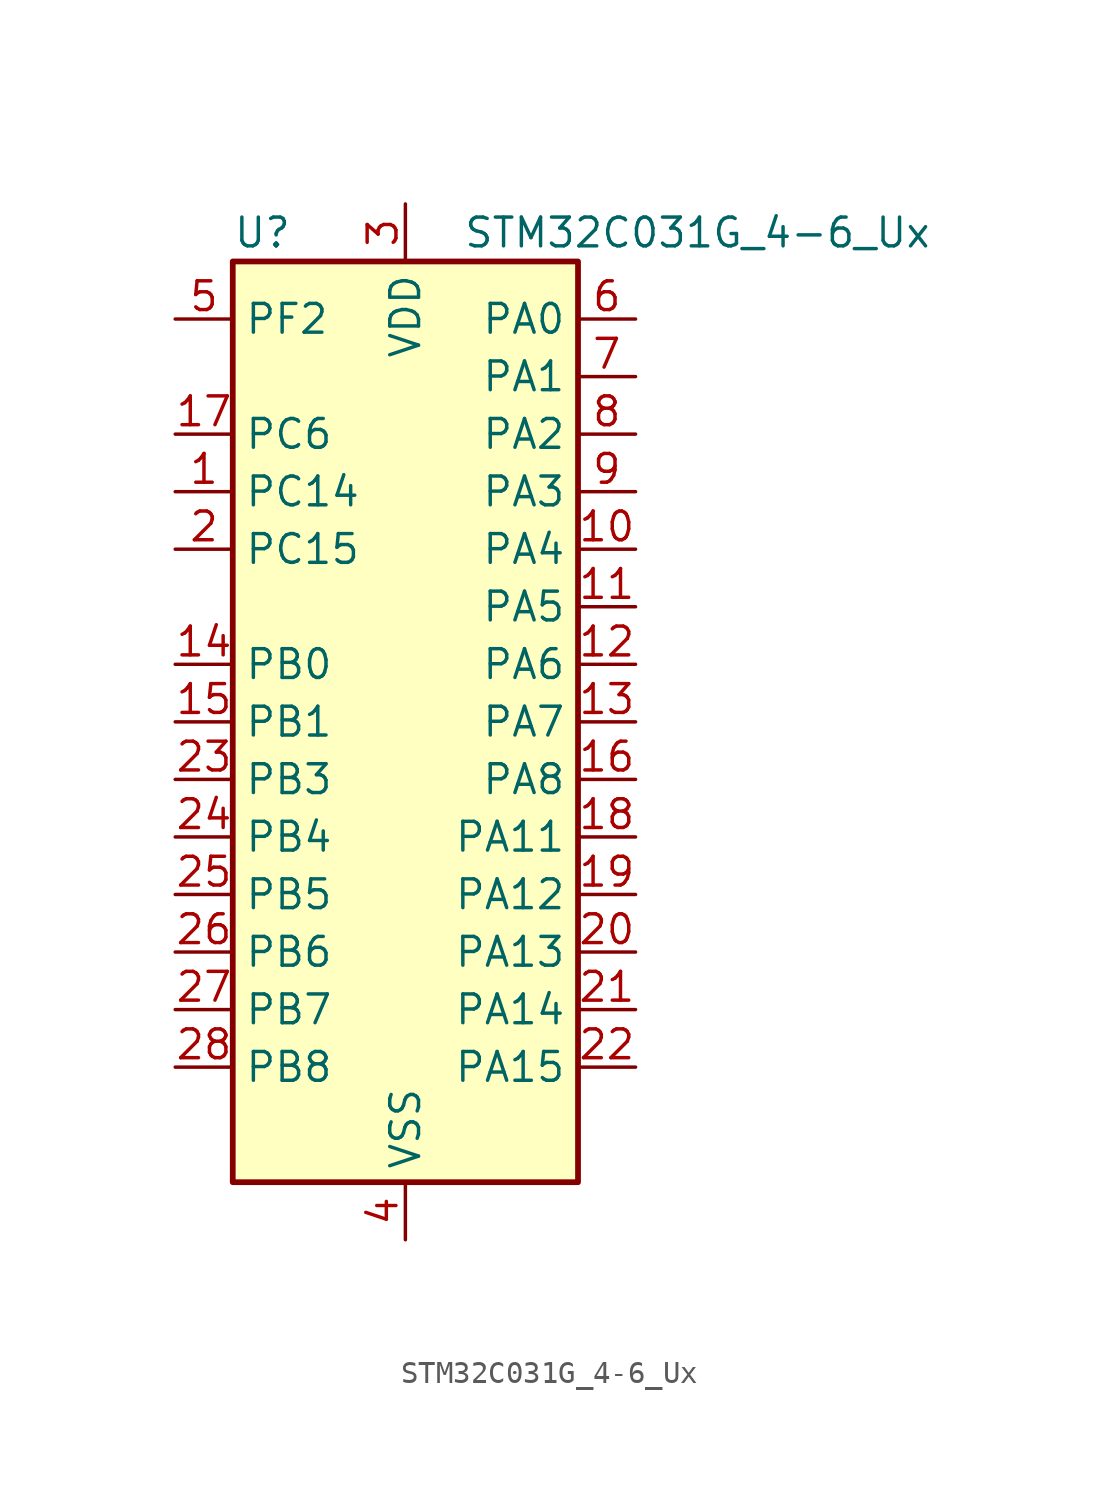
<source format=kicad_sym>
(kicad_symbol_lib
  (version 20231120)
  (generator "kicad_symbol_editor")
  (generator_version "8.0")
  (symbol "STM32C031G_4-6_Ux"
    (property "Reference" "U"
      (at -7.62 21.59 0)
      (effects (font (size 1.27 1.27)) (justify left)))
    (property "Value" "STM32C031G_4-6_Ux"
      (at 2.54 21.59 0)
      (effects (font (size 1.27 1.27)) (justify left)))
    (property "ki_locked" ""
      (at 0 0 0)
      (effects (font (size 1.27 1.27))))
    (symbol "STM32C031G_4-6_Ux_0_1"
      (rectangle (start -7.62 -20.32) (end 7.62 20.32) (stroke (width 0.254) (type default)) (fill (type background))))
    (symbol "STM32C031G_4-6_Ux_1_1"
      (pin bidirectional line (at -10.16 10.16 0) (length 2.54) (name "PC14" (effects (font (size 1.27 1.27)))) (number "1" (effects (font (size 1.27 1.27)))) (alternate "I2C1_SDA" bidirectional line) (alternate "IR_OUT" bidirectional line) (alternate "RCC_OSCX_IN" bidirectional line) (alternate "TIM17_CH1" bidirectional line) (alternate "TIM1_BKIN2" bidirectional line) (alternate "TIM1_ETR" bidirectional line) (alternate "TIM3_CH2" bidirectional line) (alternate "USART1_TX" bidirectional line) (alternate "USART2_CK" bidirectional line) (alternate "USART2_DE" bidirectional line) (alternate "USART2_RTS" bidirectional line))
      (pin bidirectional line (at 10.16 7.62 180) (length 2.54) (name "PA4" (effects (font (size 1.27 1.27)))) (number "10" (effects (font (size 1.27 1.27)))) (alternate "ADC1_IN4" bidirectional line) (alternate "I2S1_WS" bidirectional line) (alternate "PWR_WKUP2" bidirectional line) (alternate "RTC_OUT1" bidirectional line) (alternate "RTC_TS" bidirectional line) (alternate "SPI1_NSS" bidirectional line) (alternate "TIM14_CH1" bidirectional line) (alternate "TIM17_CH1N" bidirectional line) (alternate "TIM1_CH2N" bidirectional line) (alternate "USART2_TX" bidirectional line))
      (pin bidirectional line (at 10.16 5.08 180) (length 2.54) (name "PA5" (effects (font (size 1.27 1.27)))) (number "11" (effects (font (size 1.27 1.27)))) (alternate "ADC1_IN5" bidirectional line) (alternate "I2S1_CK" bidirectional line) (alternate "SPI1_SCK" bidirectional line) (alternate "TIM1_CH1" bidirectional line) (alternate "TIM1_CH3N" bidirectional line) (alternate "USART2_RX" bidirectional line))
      (pin bidirectional line (at 10.16 2.54 180) (length 2.54) (name "PA6" (effects (font (size 1.27 1.27)))) (number "12" (effects (font (size 1.27 1.27)))) (alternate "ADC1_IN6" bidirectional line) (alternate "I2S1_MCK" bidirectional line) (alternate "SPI1_MISO" bidirectional line) (alternate "TIM16_CH1" bidirectional line) (alternate "TIM1_BKIN" bidirectional line) (alternate "TIM3_CH1" bidirectional line))
      (pin bidirectional line (at 10.16 0 180) (length 2.54) (name "PA7" (effects (font (size 1.27 1.27)))) (number "13" (effects (font (size 1.27 1.27)))) (alternate "ADC1_IN7" bidirectional line) (alternate "I2S1_SD" bidirectional line) (alternate "SPI1_MOSI" bidirectional line) (alternate "TIM14_CH1" bidirectional line) (alternate "TIM17_CH1" bidirectional line) (alternate "TIM1_CH1N" bidirectional line) (alternate "TIM3_CH2" bidirectional line))
      (pin bidirectional line (at -10.16 2.54 0) (length 2.54) (name "PB0" (effects (font (size 1.27 1.27)))) (number "14" (effects (font (size 1.27 1.27)))) (alternate "ADC1_IN17" bidirectional line) (alternate "I2S1_WS" bidirectional line) (alternate "SPI1_NSS" bidirectional line) (alternate "TIM1_CH2N" bidirectional line) (alternate "TIM3_CH3" bidirectional line))
      (pin bidirectional line (at -10.16 0 0) (length 2.54) (name "PB1" (effects (font (size 1.27 1.27)))) (number "15" (effects (font (size 1.27 1.27)))) (alternate "ADC1_IN18" bidirectional line) (alternate "TIM14_CH1" bidirectional line) (alternate "TIM1_CH2N" bidirectional line) (alternate "TIM1_CH3N" bidirectional line) (alternate "TIM3_CH4" bidirectional line))
      (pin bidirectional line (at 10.16 -2.54 180) (length 2.54) (name "PA8" (effects (font (size 1.27 1.27)))) (number "16" (effects (font (size 1.27 1.27)))) (alternate "ADC1_IN8" bidirectional line) (alternate "I2S1_WS" bidirectional line) (alternate "RCC_MCO" bidirectional line) (alternate "RCC_MCO_2" bidirectional line) (alternate "SPI1_NSS" bidirectional line) (alternate "TIM14_CH1" bidirectional line) (alternate "TIM1_CH1" bidirectional line) (alternate "TIM1_CH2N" bidirectional line) (alternate "TIM1_CH3N" bidirectional line) (alternate "TIM3_CH3" bidirectional line) (alternate "TIM3_CH4" bidirectional line) (alternate "USART1_RX" bidirectional line) (alternate "USART2_TX" bidirectional line))
      (pin bidirectional line (at -10.16 12.7 0) (length 2.54) (name "PC6" (effects (font (size 1.27 1.27)))) (number "17" (effects (font (size 1.27 1.27)))) (alternate "TIM3_CH1" bidirectional line))
      (pin bidirectional line (at 10.16 -5.08 180) (length 2.54) (name "PA11" (effects (font (size 1.27 1.27)))) (number "18" (effects (font (size 1.27 1.27)))) (alternate "ADC1_EXTI11" bidirectional line) (alternate "ADC1_IN11" bidirectional line) (alternate "I2S1_MCK" bidirectional line) (alternate "SPI1_MISO" bidirectional line) (alternate "TIM1_BKIN2" bidirectional line) (alternate "TIM1_CH4" bidirectional line) (alternate "USART1_CTS" bidirectional line) (alternate "USART1_NSS" bidirectional line))
      (pin bidirectional line (at 10.16 -7.62 180) (length 2.54) (name "PA12" (effects (font (size 1.27 1.27)))) (number "19" (effects (font (size 1.27 1.27)))) (alternate "ADC1_IN12" bidirectional line) (alternate "I2S1_SD" bidirectional line) (alternate "I2S_CKIN" bidirectional line) (alternate "SPI1_MOSI" bidirectional line) (alternate "TIM1_ETR" bidirectional line) (alternate "USART1_CK" bidirectional line) (alternate "USART1_DE" bidirectional line) (alternate "USART1_RTS" bidirectional line))
      (pin bidirectional line (at -10.16 7.62 0) (length 2.54) (name "PC15" (effects (font (size 1.27 1.27)))) (number "2" (effects (font (size 1.27 1.27)))) (alternate "RCC_OSC32_EN" bidirectional line) (alternate "RCC_OSCX_OUT" bidirectional line) (alternate "RCC_OSC_EN" bidirectional line) (alternate "TIM1_ETR" bidirectional line) (alternate "TIM3_CH3" bidirectional line))
      (pin bidirectional line (at 10.16 -10.16 180) (length 2.54) (name "PA13" (effects (font (size 1.27 1.27)))) (number "20" (effects (font (size 1.27 1.27)))) (alternate "ADC1_IN13" bidirectional line) (alternate "DEBUG_SWDIO" bidirectional line) (alternate "IR_OUT" bidirectional line) (alternate "TIM3_ETR" bidirectional line) (alternate "USART2_RX" bidirectional line))
      (pin bidirectional line (at 10.16 -12.7 180) (length 2.54) (name "PA14" (effects (font (size 1.27 1.27)))) (number "21" (effects (font (size 1.27 1.27)))) (alternate "ADC1_IN14" bidirectional line) (alternate "DEBUG_SWCLK" bidirectional line) (alternate "I2S1_WS" bidirectional line) (alternate "RCC_MCO_2" bidirectional line) (alternate "SPI1_NSS" bidirectional line) (alternate "TIM1_CH1" bidirectional line) (alternate "USART1_CK" bidirectional line) (alternate "USART1_DE" bidirectional line) (alternate "USART1_RTS" bidirectional line) (alternate "USART2_RX" bidirectional line) (alternate "USART2_TX" bidirectional line))
      (pin bidirectional line (at 10.16 -15.24 180) (length 2.54) (name "PA15" (effects (font (size 1.27 1.27)))) (number "22" (effects (font (size 1.27 1.27)))) (alternate "I2S1_WS" bidirectional line) (alternate "RCC_MCO_2" bidirectional line) (alternate "SPI1_NSS" bidirectional line) (alternate "TIM1_CH1" bidirectional line) (alternate "USART1_CK" bidirectional line) (alternate "USART1_DE" bidirectional line) (alternate "USART1_RTS" bidirectional line) (alternate "USART2_RX" bidirectional line))
      (pin bidirectional line (at -10.16 -2.54 0) (length 2.54) (name "PB3" (effects (font (size 1.27 1.27)))) (number "23" (effects (font (size 1.27 1.27)))) (alternate "I2S1_CK" bidirectional line) (alternate "SPI1_SCK" bidirectional line) (alternate "TIM1_CH2" bidirectional line) (alternate "TIM3_CH2" bidirectional line) (alternate "USART1_CK" bidirectional line) (alternate "USART1_DE" bidirectional line) (alternate "USART1_RTS" bidirectional line))
      (pin bidirectional line (at -10.16 -5.08 0) (length 2.54) (name "PB4" (effects (font (size 1.27 1.27)))) (number "24" (effects (font (size 1.27 1.27)))) (alternate "I2S1_MCK" bidirectional line) (alternate "SPI1_MISO" bidirectional line) (alternate "TIM17_BKIN" bidirectional line) (alternate "TIM3_CH1" bidirectional line) (alternate "USART1_CTS" bidirectional line) (alternate "USART1_NSS" bidirectional line))
      (pin bidirectional line (at -10.16 -7.62 0) (length 2.54) (name "PB5" (effects (font (size 1.27 1.27)))) (number "25" (effects (font (size 1.27 1.27)))) (alternate "I2C1_SMBA" bidirectional line) (alternate "I2S1_SD" bidirectional line) (alternate "PWR_WKUP6" bidirectional line) (alternate "SPI1_MOSI" bidirectional line) (alternate "TIM16_BKIN" bidirectional line) (alternate "TIM3_CH2" bidirectional line) (alternate "TIM3_CH3" bidirectional line))
      (pin bidirectional line (at -10.16 -10.16 0) (length 2.54) (name "PB6" (effects (font (size 1.27 1.27)))) (number "26" (effects (font (size 1.27 1.27)))) (alternate "I2C1_SCL" bidirectional line) (alternate "I2C1_SMBA" bidirectional line) (alternate "I2S1_CK" bidirectional line) (alternate "I2S1_MCK" bidirectional line) (alternate "I2S1_SD" bidirectional line) (alternate "PWR_WKUP3" bidirectional line) (alternate "SPI1_MISO" bidirectional line) (alternate "SPI1_MOSI" bidirectional line) (alternate "SPI1_SCK" bidirectional line) (alternate "TIM16_BKIN" bidirectional line) (alternate "TIM16_CH1N" bidirectional line) (alternate "TIM17_BKIN" bidirectional line) (alternate "TIM1_CH2" bidirectional line) (alternate "TIM1_CH3" bidirectional line) (alternate "TIM3_CH1" bidirectional line) (alternate "TIM3_CH2" bidirectional line) (alternate "TIM3_CH3" bidirectional line) (alternate "USART1_CK" bidirectional line) (alternate "USART1_CTS" bidirectional line) (alternate "USART1_DE" bidirectional line) (alternate "USART1_NSS" bidirectional line) (alternate "USART1_RTS" bidirectional line) (alternate "USART1_TX" bidirectional line))
      (pin bidirectional line (at -10.16 -12.7 0) (length 2.54) (name "PB7" (effects (font (size 1.27 1.27)))) (number "27" (effects (font (size 1.27 1.27)))) (alternate "I2C1_SCL" bidirectional line) (alternate "I2C1_SDA" bidirectional line) (alternate "RTC_REFIN" bidirectional line) (alternate "TIM16_CH1" bidirectional line) (alternate "TIM17_CH1N" bidirectional line) (alternate "TIM1_CH4" bidirectional line) (alternate "TIM3_CH1" bidirectional line) (alternate "TIM3_CH4" bidirectional line) (alternate "USART1_RX" bidirectional line) (alternate "USART2_CTS" bidirectional line) (alternate "USART2_NSS" bidirectional line))
      (pin bidirectional line (at -10.16 -15.24 0) (length 2.54) (name "PB8" (effects (font (size 1.27 1.27)))) (number "28" (effects (font (size 1.27 1.27)))) (alternate "I2C1_SCL" bidirectional line) (alternate "TIM16_CH1" bidirectional line) (alternate "TIM3_CH1" bidirectional line) (alternate "USART2_CTS" bidirectional line) (alternate "USART2_NSS" bidirectional line))
      (pin power_in line (at 0 22.86 270) (length 2.54) (name "VDD" (effects (font (size 1.27 1.27)))) (number "3" (effects (font (size 1.27 1.27)))))
      (pin power_in line (at 0 -22.86 90) (length 2.54) (name "VSS" (effects (font (size 1.27 1.27)))) (number "4" (effects (font (size 1.27 1.27)))))
      (pin bidirectional line (at -10.16 17.78 0) (length 2.54) (name "PF2" (effects (font (size 1.27 1.27)))) (number "5" (effects (font (size 1.27 1.27)))) (alternate "RCC_MCO" bidirectional line) (alternate "TIM1_CH4" bidirectional line))
      (pin bidirectional line (at 10.16 17.78 180) (length 2.54) (name "PA0" (effects (font (size 1.27 1.27)))) (number "6" (effects (font (size 1.27 1.27)))) (alternate "ADC1_IN0" bidirectional line) (alternate "PWR_WKUP1" bidirectional line) (alternate "TIM16_CH1" bidirectional line) (alternate "TIM1_CH1" bidirectional line) (alternate "USART1_TX" bidirectional line) (alternate "USART2_CTS" bidirectional line) (alternate "USART2_NSS" bidirectional line))
      (pin bidirectional line (at 10.16 15.24 180) (length 2.54) (name "PA1" (effects (font (size 1.27 1.27)))) (number "7" (effects (font (size 1.27 1.27)))) (alternate "ADC1_IN1" bidirectional line) (alternate "I2C1_SMBA" bidirectional line) (alternate "I2S1_CK" bidirectional line) (alternate "SPI1_SCK" bidirectional line) (alternate "TIM17_CH1" bidirectional line) (alternate "TIM1_CH2" bidirectional line) (alternate "USART1_RX" bidirectional line) (alternate "USART2_CK" bidirectional line) (alternate "USART2_DE" bidirectional line) (alternate "USART2_RTS" bidirectional line))
      (pin bidirectional line (at 10.16 12.7 180) (length 2.54) (name "PA2" (effects (font (size 1.27 1.27)))) (number "8" (effects (font (size 1.27 1.27)))) (alternate "ADC1_IN2" bidirectional line) (alternate "I2S1_SD" bidirectional line) (alternate "PWR_WKUP4" bidirectional line) (alternate "RCC_LSCO" bidirectional line) (alternate "SPI1_MOSI" bidirectional line) (alternate "TIM16_CH1N" bidirectional line) (alternate "TIM1_CH3" bidirectional line) (alternate "TIM3_ETR" bidirectional line) (alternate "USART2_TX" bidirectional line))
      (pin bidirectional line (at 10.16 10.16 180) (length 2.54) (name "PA3" (effects (font (size 1.27 1.27)))) (number "9" (effects (font (size 1.27 1.27)))) (alternate "ADC1_IN3" bidirectional line) (alternate "TIM1_CH1N" bidirectional line) (alternate "TIM1_CH4" bidirectional line) (alternate "USART2_RX" bidirectional line)))))
</source>
